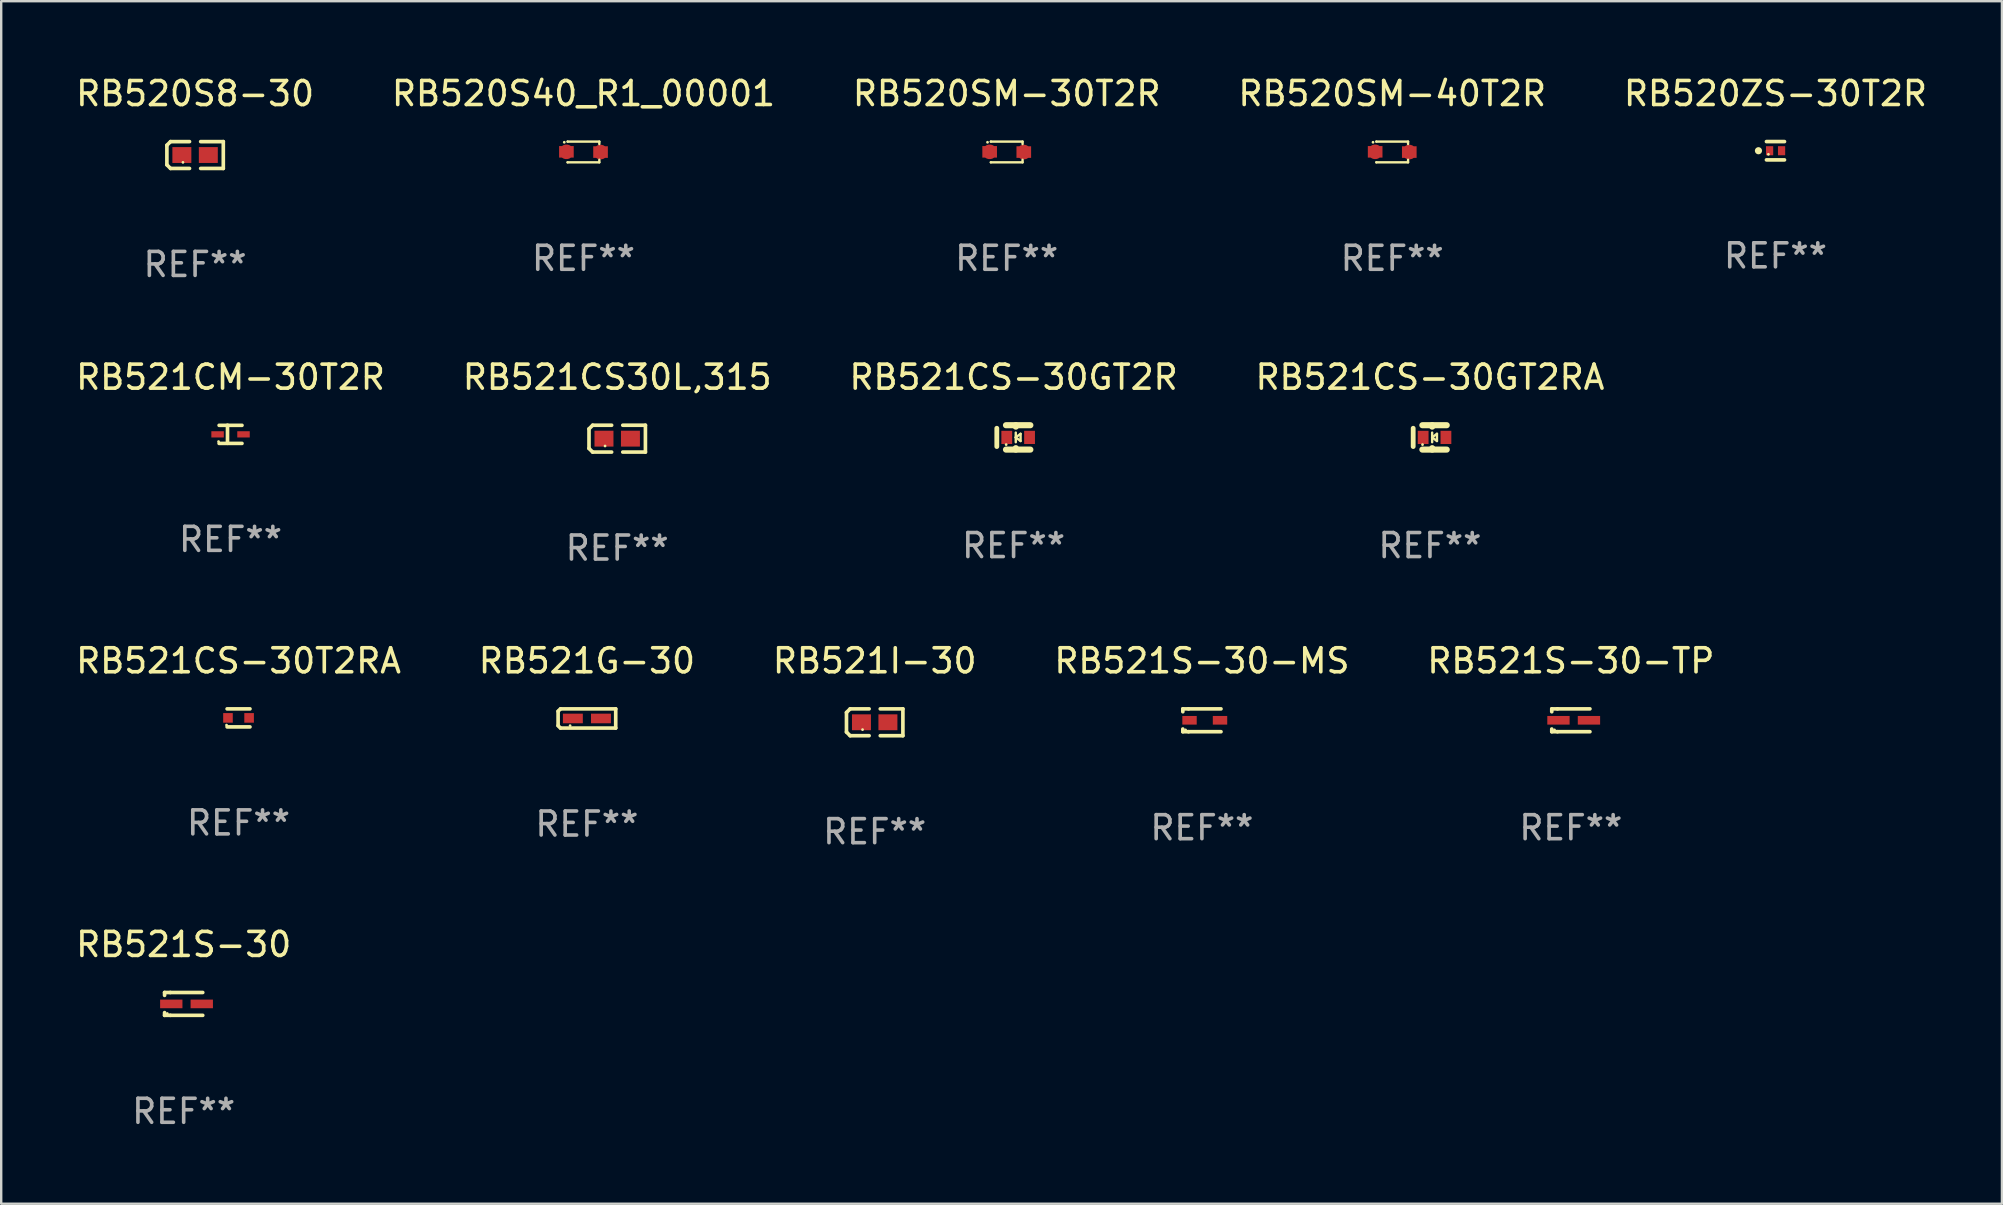
<source format=kicad_pcb>
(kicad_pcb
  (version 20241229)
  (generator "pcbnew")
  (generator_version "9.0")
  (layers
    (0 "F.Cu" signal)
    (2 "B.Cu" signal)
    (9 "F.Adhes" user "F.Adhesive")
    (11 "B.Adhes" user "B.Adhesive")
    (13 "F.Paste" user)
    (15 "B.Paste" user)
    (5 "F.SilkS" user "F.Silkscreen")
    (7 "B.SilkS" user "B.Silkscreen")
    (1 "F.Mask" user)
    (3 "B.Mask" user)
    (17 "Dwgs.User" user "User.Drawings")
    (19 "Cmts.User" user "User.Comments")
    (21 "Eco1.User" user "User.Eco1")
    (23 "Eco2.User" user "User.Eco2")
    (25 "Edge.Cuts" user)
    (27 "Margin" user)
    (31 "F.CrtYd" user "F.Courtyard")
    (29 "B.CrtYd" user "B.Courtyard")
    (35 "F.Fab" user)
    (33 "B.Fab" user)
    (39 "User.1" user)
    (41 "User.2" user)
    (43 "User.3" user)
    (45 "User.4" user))
  (footprint "RB521CS-30GT2R"
    (layer "F.Cu")
    (at 39.173 15.171)
    (property "Reference" "RB521CS-30GT2R" (at 0 -2.508 0) (layer "F.SilkS") (effects (font (size 1 1) (thickness 0.15))))
    (attr through_hole)
    (fp_line (start -0.699 -0.381) (end -0.699 0.381) (stroke (width 0.2) (type solid)) (layer "F.SilkS"))
    (fp_line (start -0.317 -0.508) (end 0.699 -0.508) (stroke (width 0.254) (type solid)) (layer "F.SilkS"))
    (fp_line (start -0.317 0.508) (end 0.699 0.508) (stroke (width 0.254) (type solid)) (layer "F.SilkS"))
    (fp_line (start 0.091 -0.2) (end 0.091 0.2) (stroke (width 0.1) (type solid)) (layer "F.SilkS"))
    (fp_line (start 0.091 0) (end 0.091 0) (stroke (width 0.1) (type solid)) (layer "F.SilkS"))
    (fp_line (start 0.091 0) (end 0.291 0.15) (stroke (width 0.1) (type solid)) (layer "F.SilkS"))
    (fp_line (start 0.093 -0.508) (end 0.093 -0.448) (stroke (width 0.254) (type solid)) (layer "F.SilkS"))
    (fp_line (start 0.093 0.448) (end 0.093 0.508) (stroke (width 0.254) (type solid)) (layer "F.SilkS"))
    (fp_line (start 0.291 -0.15) (end 0.091 0) (stroke (width 0.1) (type solid)) (layer "F.SilkS"))
    (fp_line (start 0.291 -0.15) (end 0.291 0.15) (stroke (width 0.1) (type solid)) (layer "F.SilkS"))
    (fp_circle (center -0.31 0.3) (end -0.28 0.3) (stroke (width 0.06) (type solid)) (fill no) (layer "F.SilkS"))
    (fp_text user "REF**" (at 0 4.508 0) (layer "F.Fab") (effects (font (size 1 1) (thickness 0.15))))
    (pad "1" smd rect (at -0.284 0 90) (size 0.55 0.45) (layers "F.Cu" "F.Mask" "F.Paste"))
    (pad "2" smd rect (at 0.665 0 90) (size 0.55 0.45) (layers "F.Cu" "F.Mask" "F.Paste")))
  (footprint "RB520SM-40T2R"
    (layer "F.Cu")
    (at 54.946 3.28)
    (property "Reference" "RB520SM-40T2R" (at 0 -2.432 0) (layer "F.SilkS") (effects (font (size 1 1) (thickness 0.15))))
    (attr through_hole)
    (fp_line (start -0.661 0.432) (end -0.661 0.432) (stroke (width 0.1) (type solid)) (layer "F.SilkS"))
    (fp_line (start -0.661 -0.432) (end -0.661 -0.432) (stroke (width 0.1) (type solid)) (layer "F.SilkS"))
    (fp_line (start -0.661 -0.432) (end 0.66 -0.432) (stroke (width 0.1) (type solid)) (layer "F.SilkS"))
    (fp_line (start 0.66 0.326) (end 0.66 0.432) (stroke (width 0.1) (type solid)) (layer "F.SilkS"))
    (fp_line (start 0.66 0.432) (end -0.661 0.432) (stroke (width 0.1) (type solid)) (layer "F.SilkS"))
    (fp_line (start 0.66 -0.432) (end 0.66 -0.33) (stroke (width 0.1) (type solid)) (layer "F.SilkS"))
    (fp_circle (center -0.8 -0.404) (end -0.77 -0.404) (stroke (width 0.06) (type solid)) (fill no) (layer "F.SilkS"))
    (fp_text user "REF**" (at 0 4.432 0) (layer "F.Fab") (effects (font (size 1 1) (thickness 0.15))))
    (pad "1" smd custom (at -0.711 -0.005) (size 0.61 0.483) (layers "F.Cu" "F.Mask" "F.Paste") (options (anchor circle)) (primitives (gr_poly (pts (xy -0.305 -0.241) (xy 0.305 -0.241) (xy 0.305 0.241) (xy -0.305 0.241)) (width 0) (fill yes))))
    (pad "2" smd custom (at 0.711 0.005) (size 0.61 0.483) (layers "F.Cu" "F.Mask" "F.Paste") (options (anchor circle)) (primitives (gr_poly (pts (xy -0.305 -0.241) (xy 0.305 -0.241) (xy 0.305 0.241) (xy -0.305 0.241)) (width 0) (fill yes)))))
  (footprint "RB521CS-30T2RA"
    (layer "F.Cu")
    (at 6.887 26.855)
    (property "Reference" "RB521CS-30T2RA" (at 0 -2.376 0) (layer "F.SilkS") (effects (font (size 1 1) (thickness 0.15))))
    (attr through_hole)
    (fp_line (start -0.476 -0.376) (end 0.476 -0.376) (stroke (width 0.152) (type solid)) (layer "F.SilkS"))
    (fp_line (start -0.476 0.376) (end 0.476 0.376) (stroke (width 0.152) (type solid)) (layer "F.SilkS"))
    (fp_circle (center -0.5 0.3) (end -0.47 0.3) (stroke (width 0.06) (type solid)) (fill no) (layer "F.SilkS"))
    (fp_text user "REF**" (at 0 4.376 0) (layer "F.Fab") (effects (font (size 1 1) (thickness 0.15))))
    (pad "1" smd rect (at -0.44 0 180) (size 0.4 0.4) (layers "F.Cu" "F.Mask" "F.Paste"))
    (pad "2" smd rect (at 0.44 0 180) (size 0.4 0.4) (layers "F.Cu" "F.Mask" "F.Paste")))
  (footprint "RB521G-30"
    (layer "F.Cu")
    (at 21.399 26.879)
    (property "Reference" "RB521G-30" (at 0 -2.4 0) (layer "F.SilkS") (effects (font (size 1 1) (thickness 0.15))))
    (attr through_hole)
    (fp_line (start -1.2 -0.3) (end -1.1 -0.4) (stroke (width 0.152) (type solid)) (layer "F.SilkS"))
    (fp_line (start -1.2 0.3) (end -1.2 -0.3) (stroke (width 0.152) (type solid)) (layer "F.SilkS"))
    (fp_line (start -1.1 -0.4) (end 1.2 -0.4) (stroke (width 0.152) (type solid)) (layer "F.SilkS"))
    (fp_line (start -1.1 0.4) (end -1.2 0.3) (stroke (width 0.152) (type solid)) (layer "F.SilkS"))
    (fp_line (start 1.2 -0.4) (end 1.2 0.4) (stroke (width 0.152) (type solid)) (layer "F.SilkS"))
    (fp_line (start 1.2 0.4) (end -1.1 0.4) (stroke (width 0.152) (type solid)) (layer "F.SilkS"))
    (fp_circle (center -0.7 0.3) (end -0.67 0.3) (stroke (width 0.06) (type solid)) (fill no) (layer "F.SilkS"))
    (fp_text user "REF**" (at 0 4.4 0) (layer "F.Fab") (effects (font (size 1 1) (thickness 0.15))))
    (pad "1" smd rect (at -0.585 0 180) (size 0.83 0.4) (layers "F.Cu" "F.Mask" "F.Paste"))
    (pad "2" smd rect (at 0.585 0 180) (size 0.83 0.4) (layers "F.Cu" "F.Mask" "F.Paste")))
  (footprint "RB521CM-30T2R"
    (layer "F.Cu")
    (at 6.554 15.042)
    (property "Reference" "RB521CM-30T2R" (at 0 -2.379 0) (layer "F.SilkS") (effects (font (size 1 1) (thickness 0.15))))
    (attr through_hole)
    (fp_line (start -0.476 -0.374) (end 0.476 -0.374) (stroke (width 0.152) (type solid)) (layer "F.SilkS"))
    (fp_line (start -0.476 0.379) (end 0.476 0.379) (stroke (width 0.152) (type solid)) (layer "F.SilkS"))
    (fp_line (start -0.127 -0.379) (end -0.127 0.374) (stroke (width 0.152) (type solid)) (layer "F.SilkS"))
    (fp_circle (center -0.5 0.302) (end -0.47 0.302) (stroke (width 0.06) (type solid)) (fill no) (layer "F.SilkS"))
    (fp_text user "REF**" (at 0 4.379 0) (layer "F.Fab") (effects (font (size 1 1) (thickness 0.15))))
    (pad "1" smd rect (at -0.54 0.002 180) (size 0.52 0.26) (layers "F.Cu" "F.Mask" "F.Paste"))
    (pad "2" smd rect (at 0.54 0.002 180) (size 0.52 0.26) (layers "F.Cu" "F.Mask" "F.Paste")))
  (footprint "RB521CS30L,315"
    (layer "F.Cu")
    (at 22.661 15.223)
    (property "Reference" "RB521CS30L,315" (at 0 -2.559 0) (layer "F.SilkS") (effects (font (size 1 1) (thickness 0.15))))
    (attr through_hole)
    (fp_line (start -1.175 -0.407) (end -1.023 -0.559) (stroke (width 0.152) (type solid)) (layer "F.SilkS"))
    (fp_line (start -1.175 0.407) (end -1.175 -0.407) (stroke (width 0.152) (type solid)) (layer "F.SilkS"))
    (fp_line (start -1.023 -0.559) (end -0.232 -0.559) (stroke (width 0.152) (type solid)) (layer "F.SilkS"))
    (fp_line (start -1.023 0.559) (end -1.175 0.407) (stroke (width 0.152) (type solid)) (layer "F.SilkS"))
    (fp_line (start -0.232 0.559) (end -1.023 0.559) (stroke (width 0.152) (type solid)) (layer "F.SilkS"))
    (fp_line (start 0.232 0.559) (end 1.175 0.559) (stroke (width 0.152) (type solid)) (layer "F.SilkS"))
    (fp_line (start 1.175 -0.559) (end 0.232 -0.559) (stroke (width 0.152) (type solid)) (layer "F.SilkS"))
    (fp_line (start 1.175 0.559) (end 1.175 -0.559) (stroke (width 0.152) (type solid)) (layer "F.SilkS"))
    (fp_circle (center -0.506 0.306) (end -0.476 0.306) (stroke (width 0.06) (type solid)) (fill no) (layer "F.SilkS"))
    (fp_text user "REF**" (at 0 4.559 0) (layer "F.Fab") (effects (font (size 1 1) (thickness 0.15))))
    (pad "1" smd rect (at -0.551 0) (size 0.79 0.661) (layers "F.Cu" "F.Mask" "F.Paste"))
    (pad "2" smd rect (at 0.551 0) (size 0.79 0.661) (layers "F.Cu" "F.Mask" "F.Paste")))
  (footprint "RB521S-30"
    (layer "F.Cu")
    (at 4.601 38.77)
    (property "Reference" "RB521S-30" (at 0 -2.476 0) (layer "F.SilkS") (effects (font (size 1 1) (thickness 0.15))))
    (attr through_hole)
    (fp_line (start -0.795 -0.476) (end -0.795 -0.356) (stroke (width 0.152) (type solid)) (layer "F.SilkS"))
    (fp_line (start -0.795 0.363) (end -0.795 0.476) (stroke (width 0.152) (type solid)) (layer "F.SilkS"))
    (fp_line (start -0.795 0.476) (end -0.557 0.476) (stroke (width 0.152) (type solid)) (layer "F.SilkS"))
    (fp_line (start -0.557 -0.476) (end -0.795 -0.476) (stroke (width 0.152) (type solid)) (layer "F.SilkS"))
    (fp_line (start -0.557 -0.476) (end 0.795 -0.476) (stroke (width 0.152) (type solid)) (layer "F.SilkS"))
    (fp_line (start -0.557 0.476) (end 0.795 0.476) (stroke (width 0.152) (type solid)) (layer "F.SilkS"))
    (fp_circle (center -0.681 0.4) (end -0.651 0.4) (stroke (width 0.06) (type solid)) (fill no) (layer "F.SilkS"))
    (fp_text user "REF**" (at 0 4.476 0) (layer "F.Fab") (effects (font (size 1 1) (thickness 0.15))))
    (pad "1" smd rect (at -0.516 0 180) (size 0.93 0.36) (layers "F.Cu" "F.Mask" "F.Paste"))
    (pad "2" smd rect (at 0.754 0 180) (size 0.93 0.36) (layers "F.Cu" "F.Mask" "F.Paste")))
  (footprint "RB521I-30"
    (layer "F.Cu")
    (at 33.387 27.038)
    (property "Reference" "RB521I-30" (at 0 -2.559 0) (layer "F.SilkS") (effects (font (size 1 1) (thickness 0.15))))
    (attr through_hole)
    (fp_line (start -1.175 -0.407) (end -1.023 -0.559) (stroke (width 0.152) (type solid)) (layer "F.SilkS"))
    (fp_line (start -1.175 0.407) (end -1.175 -0.407) (stroke (width 0.152) (type solid)) (layer "F.SilkS"))
    (fp_line (start -1.023 -0.559) (end -0.232 -0.559) (stroke (width 0.152) (type solid)) (layer "F.SilkS"))
    (fp_line (start -1.023 0.559) (end -1.175 0.407) (stroke (width 0.152) (type solid)) (layer "F.SilkS"))
    (fp_line (start -0.232 0.559) (end -1.023 0.559) (stroke (width 0.152) (type solid)) (layer "F.SilkS"))
    (fp_line (start 0.232 0.559) (end 1.175 0.559) (stroke (width 0.152) (type solid)) (layer "F.SilkS"))
    (fp_line (start 1.175 -0.559) (end 0.232 -0.559) (stroke (width 0.152) (type solid)) (layer "F.SilkS"))
    (fp_line (start 1.175 0.559) (end 1.175 -0.559) (stroke (width 0.152) (type solid)) (layer "F.SilkS"))
    (fp_circle (center -0.506 0.306) (end -0.476 0.306) (stroke (width 0.06) (type solid)) (fill no) (layer "F.SilkS"))
    (fp_text user "REF**" (at 0 4.559 0) (layer "F.Fab") (effects (font (size 1 1) (thickness 0.15))))
    (pad "1" smd rect (at -0.551 0) (size 0.79 0.661) (layers "F.Cu" "F.Mask" "F.Paste"))
    (pad "2" smd rect (at 0.551 0) (size 0.79 0.661) (layers "F.Cu" "F.Mask" "F.Paste")))
  (footprint "RB521CS-30GT2RA"
    (layer "F.Cu")
    (at 56.518 15.171)
    (property "Reference" "RB521CS-30GT2RA" (at 0 -2.508 0) (layer "F.SilkS") (effects (font (size 1 1) (thickness 0.15))))
    (attr through_hole)
    (fp_line (start -0.699 -0.381) (end -0.699 0.381) (stroke (width 0.2) (type solid)) (layer "F.SilkS"))
    (fp_line (start -0.317 -0.508) (end 0.699 -0.508) (stroke (width 0.254) (type solid)) (layer "F.SilkS"))
    (fp_line (start -0.317 0.508) (end 0.699 0.508) (stroke (width 0.254) (type solid)) (layer "F.SilkS"))
    (fp_line (start 0.091 -0.2) (end 0.091 0.2) (stroke (width 0.1) (type solid)) (layer "F.SilkS"))
    (fp_line (start 0.091 0) (end 0.091 0) (stroke (width 0.1) (type solid)) (layer "F.SilkS"))
    (fp_line (start 0.091 0) (end 0.291 0.15) (stroke (width 0.1) (type solid)) (layer "F.SilkS"))
    (fp_line (start 0.093 -0.508) (end 0.093 -0.448) (stroke (width 0.254) (type solid)) (layer "F.SilkS"))
    (fp_line (start 0.093 0.448) (end 0.093 0.508) (stroke (width 0.254) (type solid)) (layer "F.SilkS"))
    (fp_line (start 0.291 -0.15) (end 0.091 0) (stroke (width 0.1) (type solid)) (layer "F.SilkS"))
    (fp_line (start 0.291 -0.15) (end 0.291 0.15) (stroke (width 0.1) (type solid)) (layer "F.SilkS"))
    (fp_circle (center -0.31 0.3) (end -0.28 0.3) (stroke (width 0.06) (type solid)) (fill no) (layer "F.SilkS"))
    (fp_text user "REF**" (at 0 4.508 0) (layer "F.Fab") (effects (font (size 1 1) (thickness 0.15))))
    (pad "1" smd rect (at -0.284 0 90) (size 0.55 0.45) (layers "F.Cu" "F.Mask" "F.Paste"))
    (pad "2" smd rect (at 0.665 0 90) (size 0.55 0.45) (layers "F.Cu" "F.Mask" "F.Paste")))
  (footprint "RB520S40_R1_00001"
    (layer "F.Cu")
    (at 21.256 3.28)
    (property "Reference" "RB520S40_R1_00001" (at 0 -2.432 0) (layer "F.SilkS") (effects (font (size 1 1) (thickness 0.15))))
    (attr through_hole)
    (fp_line (start -0.661 0.432) (end -0.661 0.432) (stroke (width 0.1) (type solid)) (layer "F.SilkS"))
    (fp_line (start -0.661 -0.432) (end -0.661 -0.432) (stroke (width 0.1) (type solid)) (layer "F.SilkS"))
    (fp_line (start -0.661 -0.432) (end 0.66 -0.432) (stroke (width 0.1) (type solid)) (layer "F.SilkS"))
    (fp_line (start 0.66 0.326) (end 0.66 0.432) (stroke (width 0.1) (type solid)) (layer "F.SilkS"))
    (fp_line (start 0.66 0.432) (end -0.661 0.432) (stroke (width 0.1) (type solid)) (layer "F.SilkS"))
    (fp_line (start 0.66 -0.432) (end 0.66 -0.33) (stroke (width 0.1) (type solid)) (layer "F.SilkS"))
    (fp_circle (center -0.8 -0.404) (end -0.77 -0.404) (stroke (width 0.06) (type solid)) (fill no) (layer "F.SilkS"))
    (fp_text user "REF**" (at 0 4.432 0) (layer "F.Fab") (effects (font (size 1 1) (thickness 0.15))))
    (pad "1" smd custom (at -0.711 -0.005) (size 0.61 0.483) (layers "F.Cu" "F.Mask" "F.Paste") (options (anchor circle)) (primitives (gr_poly (pts (xy -0.305 -0.241) (xy 0.305 -0.241) (xy 0.305 0.241) (xy -0.305 0.241)) (width 0) (fill yes))))
    (pad "2" smd custom (at 0.711 0.005) (size 0.61 0.483) (layers "F.Cu" "F.Mask" "F.Paste") (options (anchor circle)) (primitives (gr_poly (pts (xy -0.305 -0.241) (xy 0.305 -0.241) (xy 0.305 0.241) (xy -0.305 0.241)) (width 0) (fill yes)))))
  (footprint "RB520S8-30"
    (layer "F.Cu")
    (at 5.077 3.408)
    (property "Reference" "RB520S8-30" (at 0 -2.559 0) (layer "F.SilkS") (effects (font (size 1 1) (thickness 0.15))))
    (attr through_hole)
    (fp_line (start -1.175 -0.407) (end -1.023 -0.559) (stroke (width 0.152) (type solid)) (layer "F.SilkS"))
    (fp_line (start -1.175 0.407) (end -1.175 -0.407) (stroke (width 0.152) (type solid)) (layer "F.SilkS"))
    (fp_line (start -1.023 -0.559) (end -0.232 -0.559) (stroke (width 0.152) (type solid)) (layer "F.SilkS"))
    (fp_line (start -1.023 0.559) (end -1.175 0.407) (stroke (width 0.152) (type solid)) (layer "F.SilkS"))
    (fp_line (start -0.232 0.559) (end -1.023 0.559) (stroke (width 0.152) (type solid)) (layer "F.SilkS"))
    (fp_line (start 0.232 0.559) (end 1.175 0.559) (stroke (width 0.152) (type solid)) (layer "F.SilkS"))
    (fp_line (start 1.175 -0.559) (end 0.232 -0.559) (stroke (width 0.152) (type solid)) (layer "F.SilkS"))
    (fp_line (start 1.175 0.559) (end 1.175 -0.559) (stroke (width 0.152) (type solid)) (layer "F.SilkS"))
    (fp_circle (center -0.506 0.306) (end -0.476 0.306) (stroke (width 0.06) (type solid)) (fill no) (layer "F.SilkS"))
    (fp_text user "REF**" (at 0 4.559 0) (layer "F.Fab") (effects (font (size 1 1) (thickness 0.15))))
    (pad "1" smd rect (at -0.551 0) (size 0.79 0.661) (layers "F.Cu" "F.Mask" "F.Paste"))
    (pad "2" smd rect (at 0.551 0) (size 0.79 0.661) (layers "F.Cu" "F.Mask" "F.Paste")))
  (footprint "RB520ZS-30T2R"
    (layer "F.Cu")
    (at 70.911 3.229)
    (property "Reference" "RB520ZS-30T2R" (at 0 -2.381 0) (layer "F.SilkS") (effects (font (size 1 1) (thickness 0.15))))
    (attr through_hole)
    (fp_line (start -0.376 -0.381) (end 0.376 -0.381) (stroke (width 0.152) (type solid)) (layer "F.SilkS"))
    (fp_line (start -0.376 0.381) (end 0.376 0.381) (stroke (width 0.152) (type solid)) (layer "F.SilkS"))
    (fp_circle (center -0.709 0) (end -0.634 0) (stroke (width 0.15) (type solid)) (fill no) (layer "F.SilkS"))
    (fp_circle (center -0.295 0.15) (end -0.265 0.15) (stroke (width 0.06) (type solid)) (fill no) (layer "F.SilkS"))
    (fp_text user "REF**" (at 0 4.381 0) (layer "F.Fab") (effects (font (size 1 1) (thickness 0.15))))
    (pad "1" smd rect (at -0.245 0) (size 0.3 0.378) (layers "F.Cu" "F.Mask" "F.Paste"))
    (pad "2" smd rect (at 0.254 0) (size 0.3 0.378) (layers "F.Cu" "F.Mask" "F.Paste")))
  (footprint "RB521S-30-MS"
    (layer "F.Cu")
    (at 47.018 26.955)
    (property "Reference" "RB521S-30-MS" (at 0 -2.476 0) (layer "F.SilkS") (effects (font (size 1 1) (thickness 0.15))))
    (attr through_hole)
    (fp_line (start -0.795 -0.476) (end -0.795 -0.356) (stroke (width 0.152) (type solid)) (layer "F.SilkS"))
    (fp_line (start -0.795 0.363) (end -0.795 0.476) (stroke (width 0.152) (type solid)) (layer "F.SilkS"))
    (fp_line (start -0.795 0.476) (end -0.557 0.476) (stroke (width 0.152) (type solid)) (layer "F.SilkS"))
    (fp_line (start -0.557 -0.476) (end -0.795 -0.476) (stroke (width 0.152) (type solid)) (layer "F.SilkS"))
    (fp_line (start -0.557 -0.476) (end 0.795 -0.476) (stroke (width 0.152) (type solid)) (layer "F.SilkS"))
    (fp_line (start -0.557 0.476) (end 0.795 0.476) (stroke (width 0.152) (type solid)) (layer "F.SilkS"))
    (fp_circle (center -0.681 0.4) (end -0.651 0.4) (stroke (width 0.06) (type solid)) (fill no) (layer "F.SilkS"))
    (fp_text user "REF**" (at 0 4.476 0) (layer "F.Fab") (effects (font (size 1 1) (thickness 0.15))))
    (pad "1" smd rect (at -0.516 -0.000051 180) (size 0.6 0.36) (layers "F.Cu" "F.Mask" "F.Paste"))
    (pad "2" smd rect (at 0.754 -0.000051 180) (size 0.6 0.36) (layers "F.Cu" "F.Mask" "F.Paste")))
  (footprint "RB521S-30-TP"
    (layer "F.Cu")
    (at 62.387 26.955)
    (property "Reference" "RB521S-30-TP" (at 0 -2.476 0) (layer "F.SilkS") (effects (font (size 1 1) (thickness 0.15))))
    (attr through_hole)
    (fp_line (start -0.795 -0.476) (end -0.795 -0.356) (stroke (width 0.152) (type solid)) (layer "F.SilkS"))
    (fp_line (start -0.795 0.363) (end -0.795 0.476) (stroke (width 0.152) (type solid)) (layer "F.SilkS"))
    (fp_line (start -0.795 0.476) (end -0.557 0.476) (stroke (width 0.152) (type solid)) (layer "F.SilkS"))
    (fp_line (start -0.557 -0.476) (end -0.795 -0.476) (stroke (width 0.152) (type solid)) (layer "F.SilkS"))
    (fp_line (start -0.557 -0.476) (end 0.795 -0.476) (stroke (width 0.152) (type solid)) (layer "F.SilkS"))
    (fp_line (start -0.557 0.476) (end 0.795 0.476) (stroke (width 0.152) (type solid)) (layer "F.SilkS"))
    (fp_circle (center -0.681 0.4) (end -0.651 0.4) (stroke (width 0.06) (type solid)) (fill no) (layer "F.SilkS"))
    (fp_text user "REF**" (at 0 4.476 0) (layer "F.Fab") (effects (font (size 1 1) (thickness 0.15))))
    (pad "1" smd rect (at -0.516 0 180) (size 0.93 0.36) (layers "F.Cu" "F.Mask" "F.Paste"))
    (pad "2" smd rect (at 0.754 0 180) (size 0.93 0.36) (layers "F.Cu" "F.Mask" "F.Paste")))
  (footprint "RB520SM-30T2R"
    (layer "F.Cu")
    (at 38.887 3.28)
    (property "Reference" "RB520SM-30T2R" (at 0 -2.432 0) (layer "F.SilkS") (effects (font (size 1 1) (thickness 0.15))))
    (attr through_hole)
    (fp_line (start -0.661 0.432) (end -0.661 0.432) (stroke (width 0.1) (type solid)) (layer "F.SilkS"))
    (fp_line (start -0.661 -0.432) (end -0.661 -0.432) (stroke (width 0.1) (type solid)) (layer "F.SilkS"))
    (fp_line (start -0.661 -0.432) (end 0.66 -0.432) (stroke (width 0.1) (type solid)) (layer "F.SilkS"))
    (fp_line (start 0.66 0.326) (end 0.66 0.432) (stroke (width 0.1) (type solid)) (layer "F.SilkS"))
    (fp_line (start 0.66 0.432) (end -0.661 0.432) (stroke (width 0.1) (type solid)) (layer "F.SilkS"))
    (fp_line (start 0.66 -0.432) (end 0.66 -0.33) (stroke (width 0.1) (type solid)) (layer "F.SilkS"))
    (fp_circle (center -0.8 -0.404) (end -0.77 -0.404) (stroke (width 0.06) (type solid)) (fill no) (layer "F.SilkS"))
    (fp_text user "REF**" (at 0 4.432 0) (layer "F.Fab") (effects (font (size 1 1) (thickness 0.15))))
    (pad "1" smd custom (at -0.711 -0.005) (size 0.61 0.483) (layers "F.Cu" "F.Mask" "F.Paste") (options (anchor circle)) (primitives (gr_poly (pts (xy -0.305 -0.241) (xy 0.305 -0.241) (xy 0.305 0.241) (xy -0.305 0.241)) (width 0) (fill yes))))
    (pad "2" smd custom (at 0.711 0.005) (size 0.61 0.483) (layers "F.Cu" "F.Mask" "F.Paste") (options (anchor circle)) (primitives (gr_poly (pts (xy -0.305 -0.241) (xy 0.305 -0.241) (xy 0.305 0.241) (xy -0.305 0.241)) (width 0) (fill yes)))))
  (gr_rect
    (start -3 -3)
    (end 80.345 47.095)
    (stroke (width 0.1) (type default))
    (fill no)
    (layer "Edge.Cuts")))
</source>
